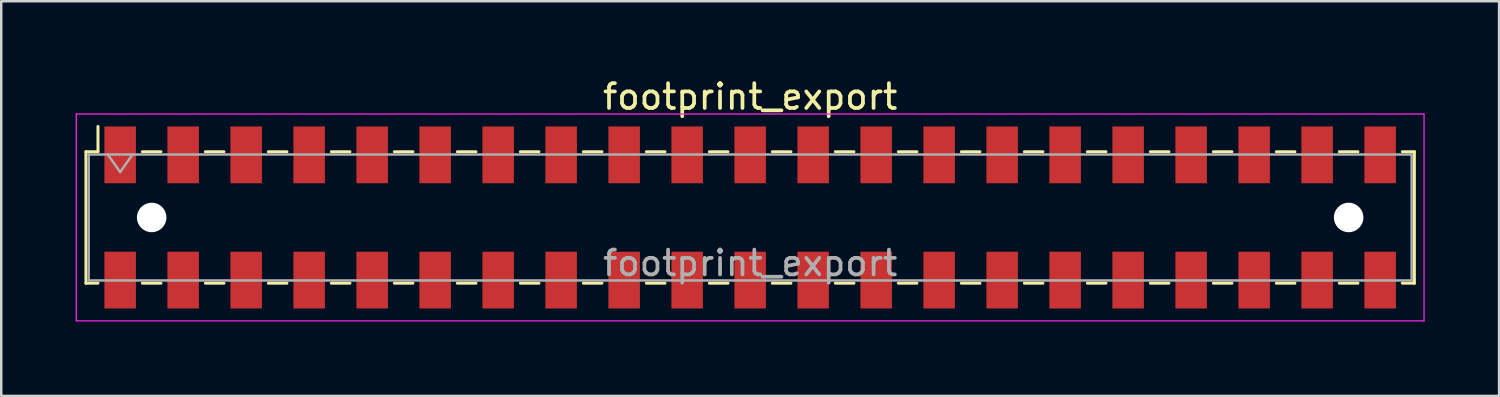
<source format=kicad_pcb>
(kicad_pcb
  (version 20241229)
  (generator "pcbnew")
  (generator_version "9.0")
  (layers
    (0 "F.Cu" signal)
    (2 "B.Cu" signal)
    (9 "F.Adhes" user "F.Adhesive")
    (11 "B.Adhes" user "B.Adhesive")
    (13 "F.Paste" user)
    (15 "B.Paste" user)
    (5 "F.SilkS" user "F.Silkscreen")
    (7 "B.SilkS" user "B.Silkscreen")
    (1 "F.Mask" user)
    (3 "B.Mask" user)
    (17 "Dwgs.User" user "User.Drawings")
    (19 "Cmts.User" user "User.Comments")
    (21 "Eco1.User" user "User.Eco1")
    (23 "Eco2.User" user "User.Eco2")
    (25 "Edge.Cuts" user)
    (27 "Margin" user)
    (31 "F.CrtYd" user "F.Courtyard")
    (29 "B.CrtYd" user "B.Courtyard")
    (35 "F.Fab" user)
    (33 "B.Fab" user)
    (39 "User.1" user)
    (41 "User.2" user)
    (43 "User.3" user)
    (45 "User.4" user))
  (footprint "footprint_export"
    (layer "F.Cu")
    (at 27.195 5.718)
    (property "Reference" "footprint_export" (at 0 -4.87 0) (layer "F.SilkS") (effects (font (size 1 1) (thickness 0.15))))
    (attr smd)
    (fp_line (start -26.78 -2.65) (end -26.78 2.65) (stroke (width 0.12) (type solid)) (layer "F.SilkS"))
    (fp_line (start -26.78 2.65) (end -26.295 2.65) (stroke (width 0.12) (type solid)) (layer "F.SilkS"))
    (fp_line (start -26.295 -3.67) (end -26.295 -2.65) (stroke (width 0.12) (type solid)) (layer "F.SilkS"))
    (fp_line (start -26.295 -2.65) (end -26.78 -2.65) (stroke (width 0.12) (type solid)) (layer "F.SilkS"))
    (fp_line (start -24.505 -2.65) (end -23.755 -2.65) (stroke (width 0.12) (type solid)) (layer "F.SilkS"))
    (fp_line (start -24.505 2.65) (end -23.755 2.65) (stroke (width 0.12) (type solid)) (layer "F.SilkS"))
    (fp_line (start -21.965 -2.65) (end -21.215 -2.65) (stroke (width 0.12) (type solid)) (layer "F.SilkS"))
    (fp_line (start -21.965 2.65) (end -21.215 2.65) (stroke (width 0.12) (type solid)) (layer "F.SilkS"))
    (fp_line (start -19.425 -2.65) (end -18.675 -2.65) (stroke (width 0.12) (type solid)) (layer "F.SilkS"))
    (fp_line (start -19.425 2.65) (end -18.675 2.65) (stroke (width 0.12) (type solid)) (layer "F.SilkS"))
    (fp_line (start -16.885 -2.65) (end -16.135 -2.65) (stroke (width 0.12) (type solid)) (layer "F.SilkS"))
    (fp_line (start -16.885 2.65) (end -16.135 2.65) (stroke (width 0.12) (type solid)) (layer "F.SilkS"))
    (fp_line (start -14.345 -2.65) (end -13.595 -2.65) (stroke (width 0.12) (type solid)) (layer "F.SilkS"))
    (fp_line (start -14.345 2.65) (end -13.595 2.65) (stroke (width 0.12) (type solid)) (layer "F.SilkS"))
    (fp_line (start -11.805 -2.65) (end -11.055 -2.65) (stroke (width 0.12) (type solid)) (layer "F.SilkS"))
    (fp_line (start -11.805 2.65) (end -11.055 2.65) (stroke (width 0.12) (type solid)) (layer "F.SilkS"))
    (fp_line (start -9.265 -2.65) (end -8.515 -2.65) (stroke (width 0.12) (type solid)) (layer "F.SilkS"))
    (fp_line (start -9.265 2.65) (end -8.515 2.65) (stroke (width 0.12) (type solid)) (layer "F.SilkS"))
    (fp_line (start -6.725 -2.65) (end -5.975 -2.65) (stroke (width 0.12) (type solid)) (layer "F.SilkS"))
    (fp_line (start -6.725 2.65) (end -5.975 2.65) (stroke (width 0.12) (type solid)) (layer "F.SilkS"))
    (fp_line (start -4.185 -2.65) (end -3.435 -2.65) (stroke (width 0.12) (type solid)) (layer "F.SilkS"))
    (fp_line (start -4.185 2.65) (end -3.435 2.65) (stroke (width 0.12) (type solid)) (layer "F.SilkS"))
    (fp_line (start -1.645 -2.65) (end -0.895 -2.65) (stroke (width 0.12) (type solid)) (layer "F.SilkS"))
    (fp_line (start -1.645 2.65) (end -0.895 2.65) (stroke (width 0.12) (type solid)) (layer "F.SilkS"))
    (fp_line (start 0.895 -2.65) (end 1.645 -2.65) (stroke (width 0.12) (type solid)) (layer "F.SilkS"))
    (fp_line (start 0.895 2.65) (end 1.645 2.65) (stroke (width 0.12) (type solid)) (layer "F.SilkS"))
    (fp_line (start 3.435 -2.65) (end 4.185 -2.65) (stroke (width 0.12) (type solid)) (layer "F.SilkS"))
    (fp_line (start 3.435 2.65) (end 4.185 2.65) (stroke (width 0.12) (type solid)) (layer "F.SilkS"))
    (fp_line (start 5.975 -2.65) (end 6.725 -2.65) (stroke (width 0.12) (type solid)) (layer "F.SilkS"))
    (fp_line (start 5.975 2.65) (end 6.725 2.65) (stroke (width 0.12) (type solid)) (layer "F.SilkS"))
    (fp_line (start 8.515 -2.65) (end 9.265 -2.65) (stroke (width 0.12) (type solid)) (layer "F.SilkS"))
    (fp_line (start 8.515 2.65) (end 9.265 2.65) (stroke (width 0.12) (type solid)) (layer "F.SilkS"))
    (fp_line (start 11.055 -2.65) (end 11.805 -2.65) (stroke (width 0.12) (type solid)) (layer "F.SilkS"))
    (fp_line (start 11.055 2.65) (end 11.805 2.65) (stroke (width 0.12) (type solid)) (layer "F.SilkS"))
    (fp_line (start 13.595 -2.65) (end 14.345 -2.65) (stroke (width 0.12) (type solid)) (layer "F.SilkS"))
    (fp_line (start 13.595 2.65) (end 14.345 2.65) (stroke (width 0.12) (type solid)) (layer "F.SilkS"))
    (fp_line (start 16.135 -2.65) (end 16.885 -2.65) (stroke (width 0.12) (type solid)) (layer "F.SilkS"))
    (fp_line (start 16.135 2.65) (end 16.885 2.65) (stroke (width 0.12) (type solid)) (layer "F.SilkS"))
    (fp_line (start 18.675 -2.65) (end 19.425 -2.65) (stroke (width 0.12) (type solid)) (layer "F.SilkS"))
    (fp_line (start 18.675 2.65) (end 19.425 2.65) (stroke (width 0.12) (type solid)) (layer "F.SilkS"))
    (fp_line (start 21.215 -2.65) (end 21.965 -2.65) (stroke (width 0.12) (type solid)) (layer "F.SilkS"))
    (fp_line (start 21.215 2.65) (end 21.965 2.65) (stroke (width 0.12) (type solid)) (layer "F.SilkS"))
    (fp_line (start 23.755 -2.65) (end 24.505 -2.65) (stroke (width 0.12) (type solid)) (layer "F.SilkS"))
    (fp_line (start 23.755 2.65) (end 24.505 2.65) (stroke (width 0.12) (type solid)) (layer "F.SilkS"))
    (fp_line (start 26.295 -2.65) (end 26.78 -2.65) (stroke (width 0.12) (type solid)) (layer "F.SilkS"))
    (fp_line (start 26.78 -2.65) (end 26.78 2.65) (stroke (width 0.12) (type solid)) (layer "F.SilkS"))
    (fp_line (start 26.78 2.65) (end 26.295 2.65) (stroke (width 0.12) (type solid)) (layer "F.SilkS"))
    (fp_line (start -27.17 -4.17) (end 27.17 -4.17) (stroke (width 0.05) (type solid)) (layer "F.CrtYd"))
    (fp_line (start -27.17 4.17) (end -27.17 -4.17) (stroke (width 0.05) (type solid)) (layer "F.CrtYd"))
    (fp_line (start 27.17 -4.17) (end 27.17 4.17) (stroke (width 0.05) (type solid)) (layer "F.CrtYd"))
    (fp_line (start 27.17 4.17) (end -27.17 4.17) (stroke (width 0.05) (type solid)) (layer "F.CrtYd"))
    (fp_line (start -26.67 -2.54) (end 26.67 -2.54) (stroke (width 0.1) (type solid)) (layer "F.Fab"))
    (fp_line (start -26.67 2.54) (end -26.67 -2.54) (stroke (width 0.1) (type solid)) (layer "F.Fab"))
    (fp_line (start -25.9 -2.54) (end -25.4 -1.833) (stroke (width 0.1) (type solid)) (layer "F.Fab"))
    (fp_line (start -25.4 -1.833) (end -24.9 -2.54) (stroke (width 0.1) (type solid)) (layer "F.Fab"))
    (fp_line (start 26.67 -2.54) (end 26.67 2.54) (stroke (width 0.1) (type solid)) (layer "F.Fab"))
    (fp_line (start 26.67 2.54) (end -26.67 2.54) (stroke (width 0.1) (type solid)) (layer "F.Fab"))
    (fp_text user "${REFERENCE}" (at 0 1.84 0) (layer "F.Fab") (effects (font (size 1 1) (thickness 0.15))))
    (pad "" np_thru_hole circle (at -24.13 0) (size 1.19 1.19) (drill 1.19) (layers "*.Cu" "*.Mask"))
    (pad "" np_thru_hole circle (at 24.13 0) (size 1.19 1.19) (drill 1.19) (layers "*.Cu" "*.Mask"))
    (pad "1" smd rect (at -25.4 -2.525) (size 1.27 2.29) (layers "F.Cu" "F.Mask" "F.Paste"))
    (pad "2" smd rect (at -25.4 2.525) (size 1.27 2.29) (layers "F.Cu" "F.Mask" "F.Paste"))
    (pad "3" smd rect (at -22.86 -2.525) (size 1.27 2.29) (layers "F.Cu" "F.Mask" "F.Paste"))
    (pad "4" smd rect (at -22.86 2.525) (size 1.27 2.29) (layers "F.Cu" "F.Mask" "F.Paste"))
    (pad "5" smd rect (at -20.32 -2.525) (size 1.27 2.29) (layers "F.Cu" "F.Mask" "F.Paste"))
    (pad "6" smd rect (at -20.32 2.525) (size 1.27 2.29) (layers "F.Cu" "F.Mask" "F.Paste"))
    (pad "7" smd rect (at -17.78 -2.525) (size 1.27 2.29) (layers "F.Cu" "F.Mask" "F.Paste"))
    (pad "8" smd rect (at -17.78 2.525) (size 1.27 2.29) (layers "F.Cu" "F.Mask" "F.Paste"))
    (pad "9" smd rect (at -15.24 -2.525) (size 1.27 2.29) (layers "F.Cu" "F.Mask" "F.Paste"))
    (pad "10" smd rect (at -15.24 2.525) (size 1.27 2.29) (layers "F.Cu" "F.Mask" "F.Paste"))
    (pad "11" smd rect (at -12.7 -2.525) (size 1.27 2.29) (layers "F.Cu" "F.Mask" "F.Paste"))
    (pad "12" smd rect (at -12.7 2.525) (size 1.27 2.29) (layers "F.Cu" "F.Mask" "F.Paste"))
    (pad "13" smd rect (at -10.16 -2.525) (size 1.27 2.29) (layers "F.Cu" "F.Mask" "F.Paste"))
    (pad "14" smd rect (at -10.16 2.525) (size 1.27 2.29) (layers "F.Cu" "F.Mask" "F.Paste"))
    (pad "15" smd rect (at -7.62 -2.525) (size 1.27 2.29) (layers "F.Cu" "F.Mask" "F.Paste"))
    (pad "16" smd rect (at -7.62 2.525) (size 1.27 2.29) (layers "F.Cu" "F.Mask" "F.Paste"))
    (pad "17" smd rect (at -5.08 -2.525) (size 1.27 2.29) (layers "F.Cu" "F.Mask" "F.Paste"))
    (pad "18" smd rect (at -5.08 2.525) (size 1.27 2.29) (layers "F.Cu" "F.Mask" "F.Paste"))
    (pad "19" smd rect (at -2.54 -2.525) (size 1.27 2.29) (layers "F.Cu" "F.Mask" "F.Paste"))
    (pad "20" smd rect (at -2.54 2.525) (size 1.27 2.29) (layers "F.Cu" "F.Mask" "F.Paste"))
    (pad "21" smd rect (at 0 -2.525) (size 1.27 2.29) (layers "F.Cu" "F.Mask" "F.Paste"))
    (pad "22" smd rect (at 0 2.525) (size 1.27 2.29) (layers "F.Cu" "F.Mask" "F.Paste"))
    (pad "23" smd rect (at 2.54 -2.525) (size 1.27 2.29) (layers "F.Cu" "F.Mask" "F.Paste"))
    (pad "24" smd rect (at 2.54 2.525) (size 1.27 2.29) (layers "F.Cu" "F.Mask" "F.Paste"))
    (pad "25" smd rect (at 5.08 -2.525) (size 1.27 2.29) (layers "F.Cu" "F.Mask" "F.Paste"))
    (pad "26" smd rect (at 5.08 2.525) (size 1.27 2.29) (layers "F.Cu" "F.Mask" "F.Paste"))
    (pad "27" smd rect (at 7.62 -2.525) (size 1.27 2.29) (layers "F.Cu" "F.Mask" "F.Paste"))
    (pad "28" smd rect (at 7.62 2.525) (size 1.27 2.29) (layers "F.Cu" "F.Mask" "F.Paste"))
    (pad "29" smd rect (at 10.16 -2.525) (size 1.27 2.29) (layers "F.Cu" "F.Mask" "F.Paste"))
    (pad "30" smd rect (at 10.16 2.525) (size 1.27 2.29) (layers "F.Cu" "F.Mask" "F.Paste"))
    (pad "31" smd rect (at 12.7 -2.525) (size 1.27 2.29) (layers "F.Cu" "F.Mask" "F.Paste"))
    (pad "32" smd rect (at 12.7 2.525) (size 1.27 2.29) (layers "F.Cu" "F.Mask" "F.Paste"))
    (pad "33" smd rect (at 15.24 -2.525) (size 1.27 2.29) (layers "F.Cu" "F.Mask" "F.Paste"))
    (pad "34" smd rect (at 15.24 2.525) (size 1.27 2.29) (layers "F.Cu" "F.Mask" "F.Paste"))
    (pad "35" smd rect (at 17.78 -2.525) (size 1.27 2.29) (layers "F.Cu" "F.Mask" "F.Paste"))
    (pad "36" smd rect (at 17.78 2.525) (size 1.27 2.29) (layers "F.Cu" "F.Mask" "F.Paste"))
    (pad "37" smd rect (at 20.32 -2.525) (size 1.27 2.29) (layers "F.Cu" "F.Mask" "F.Paste"))
    (pad "38" smd rect (at 20.32 2.525) (size 1.27 2.29) (layers "F.Cu" "F.Mask" "F.Paste"))
    (pad "39" smd rect (at 22.86 -2.525) (size 1.27 2.29) (layers "F.Cu" "F.Mask" "F.Paste"))
    (pad "40" smd rect (at 22.86 2.525) (size 1.27 2.29) (layers "F.Cu" "F.Mask" "F.Paste"))
    (pad "41" smd rect (at 25.4 -2.525) (size 1.27 2.29) (layers "F.Cu" "F.Mask" "F.Paste"))
    (pad "42" smd rect (at 25.4 2.525) (size 1.27 2.29) (layers "F.Cu" "F.Mask" "F.Paste")))
  (gr_rect
    (start -3 -3)
    (end 57.39 12.913)
    (stroke (width 0.1) (type default))
    (fill no)
    (layer "Edge.Cuts")))
</source>
